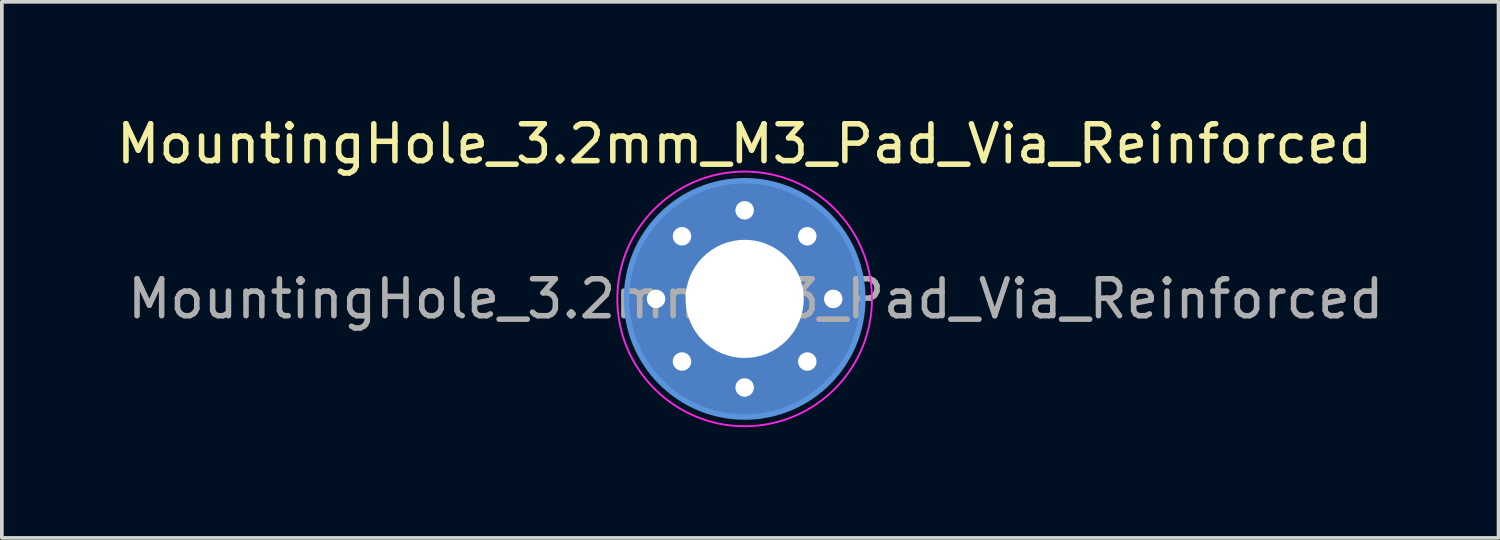
<source format=kicad_pcb>
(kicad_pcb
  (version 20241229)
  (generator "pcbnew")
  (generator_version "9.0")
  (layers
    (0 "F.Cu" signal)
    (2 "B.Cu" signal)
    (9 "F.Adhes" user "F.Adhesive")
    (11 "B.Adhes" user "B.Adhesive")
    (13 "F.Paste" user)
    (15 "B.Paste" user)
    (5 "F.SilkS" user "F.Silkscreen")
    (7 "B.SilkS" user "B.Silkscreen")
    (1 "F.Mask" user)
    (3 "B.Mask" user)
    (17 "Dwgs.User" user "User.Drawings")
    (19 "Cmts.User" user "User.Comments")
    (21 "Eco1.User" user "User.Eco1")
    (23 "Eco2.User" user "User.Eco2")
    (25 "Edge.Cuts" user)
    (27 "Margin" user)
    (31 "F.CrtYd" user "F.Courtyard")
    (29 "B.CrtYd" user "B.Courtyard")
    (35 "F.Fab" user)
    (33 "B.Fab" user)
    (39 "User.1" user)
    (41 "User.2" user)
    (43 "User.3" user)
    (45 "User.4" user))
  (footprint "MountingHole_3.2mm_M3_Pad_Via_Reinforced"
    (layer "F.Cu")
    (at 17.125 5.048)
    (property "Reference" "MountingHole_3.2mm_M3_Pad_Via_Reinforced" (at 0 -4.2 0) (layer "F.SilkS") (effects (font (size 1 1) (thickness 0.15))))
    (attr exclude_from_pos_files exclude_from_bom)
    (fp_circle (center 0 0) (end 3.2 0) (stroke (width 0.15) (type solid)) (fill no) (layer "Cmts.User"))
    (fp_circle (center 0 0) (end 3.45 0) (stroke (width 0.05) (type solid)) (fill no) (layer "F.CrtYd"))
    (fp_text user "${REFERENCE}" (at 0.3 0 0) (layer "F.Fab") (effects (font (size 1 1) (thickness 0.15))))
    (pad "1" thru_hole circle (at -2.4 0) (size 0.8 0.8) (drill 0.5) (layers "*.Cu" "*.Mask"))
    (pad "1" thru_hole circle (at -1.697 -1.697) (size 0.8 0.8) (drill 0.5) (layers "*.Cu" "*.Mask"))
    (pad "1" thru_hole circle (at -1.697 1.697) (size 0.8 0.8) (drill 0.5) (layers "*.Cu" "*.Mask"))
    (pad "1" thru_hole circle (at 0 -2.4) (size 0.8 0.8) (drill 0.5) (layers "*.Cu" "*.Mask"))
    (pad "1" thru_hole circle (at 0 0) (size 6.4 6.4) (drill 3.2) (layers "*.Cu" "*.Mask"))
    (pad "1" thru_hole circle (at 0 2.4) (size 0.8 0.8) (drill 0.5) (layers "*.Cu" "*.Mask"))
    (pad "1" thru_hole circle (at 1.697 -1.697) (size 0.8 0.8) (drill 0.5) (layers "*.Cu" "*.Mask"))
    (pad "1" thru_hole circle (at 1.697 1.697) (size 0.8 0.8) (drill 0.5) (layers "*.Cu" "*.Mask"))
    (pad "1" thru_hole circle (at 2.4 0) (size 0.8 0.8) (drill 0.5) (layers "*.Cu" "*.Mask")))
  (gr_rect
    (start -3 -3)
    (end 37.55 11.523)
    (stroke (width 0.1) (type default))
    (fill no)
    (layer "Edge.Cuts")))
</source>
